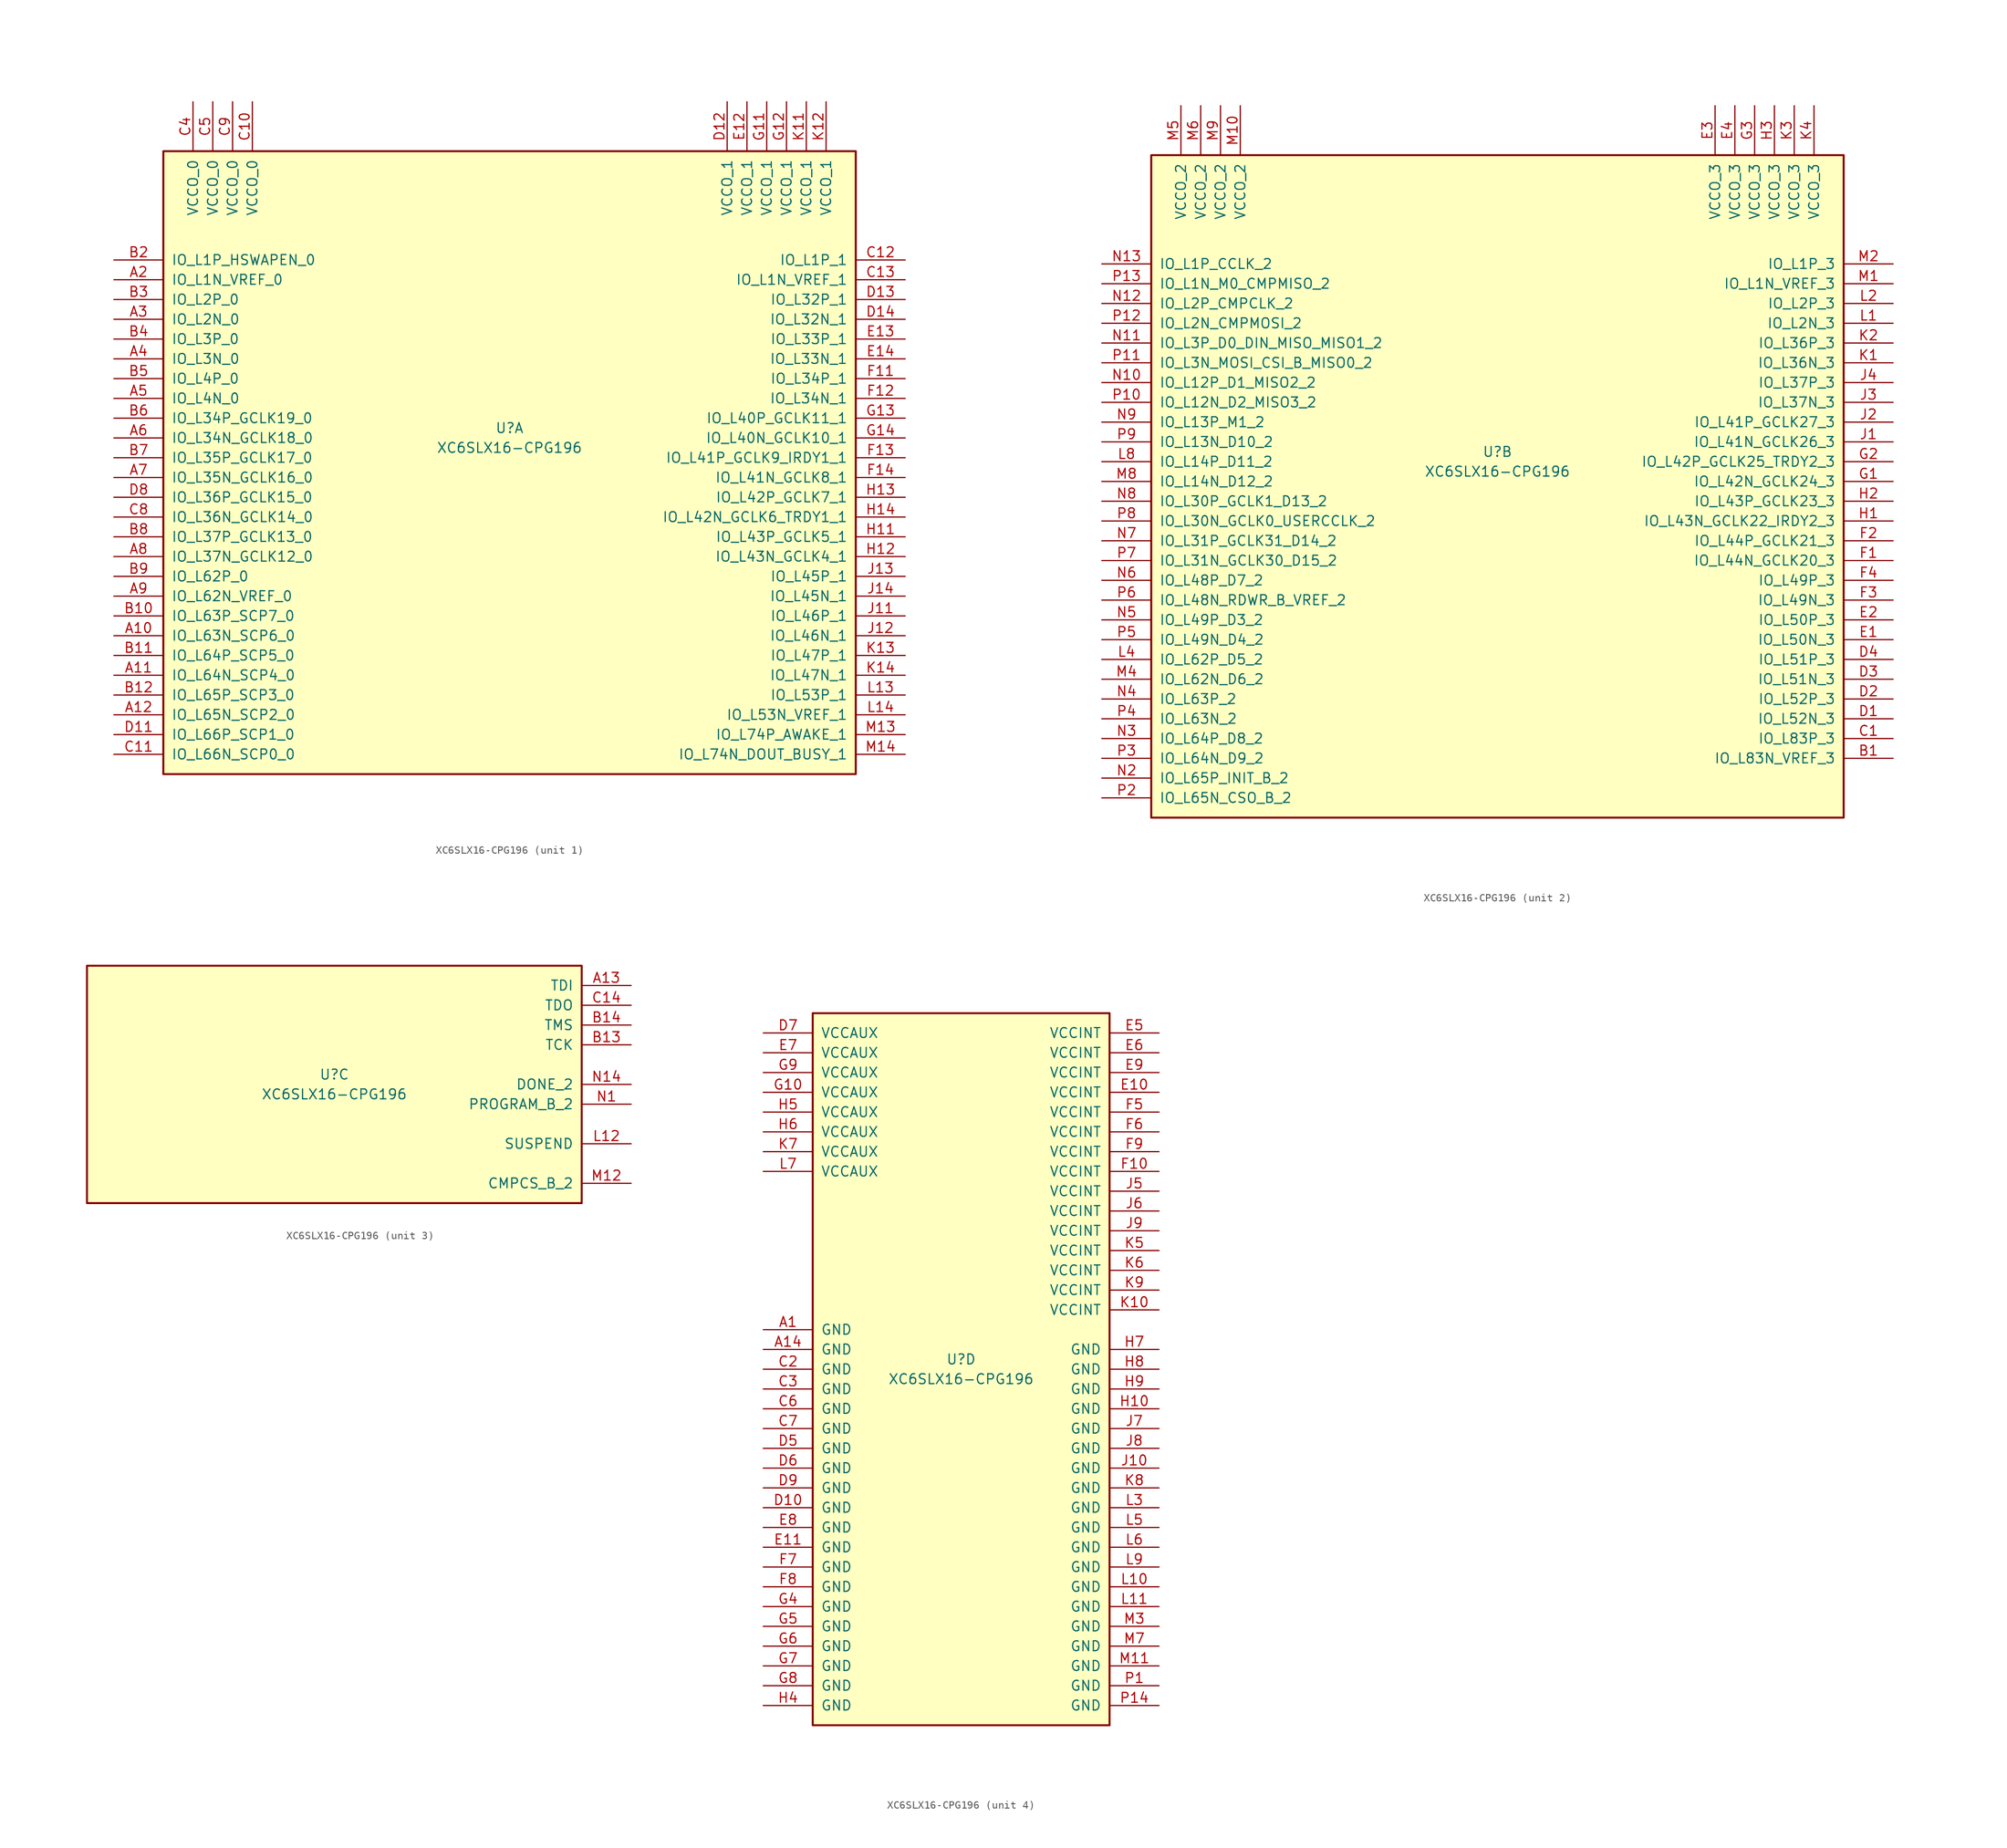
<source format=kicad_sym>
(kicad_symbol_lib
  (version 20201005)
  (generator kicad_symbol_editor)
  (symbol "XC6SLX16-CPG196"
    (pin_names
      (offset 1.016))
    (property "Reference" "U"
      (at 0 1.27 0)
      (effects (font (size 1.27 1.27))))
    (property "Value" "XC6SLX16-CPG196"
      (at 0 -1.27 0)
      (effects (font (size 1.27 1.27))))
    (property "Datasheet" ""
      (at 0 0 0)
      (effects (font (size 1.27 1.27))))
    (property "ki_locked" ""
      (at 0 0 0)
      (effects (font (size 1.27 1.27))))
    (symbol "XC6SLX16-CPG196_1_1"
      (rectangle (start -44.45 36.83) (end 44.45 -43.18) (stroke (width 0.254)) (fill (type background)))
      (pin bidirectional line (at -50.8 -25.4 0) (length 6.35) (name "IO_L63N_SCP6_0" (effects (font (size 1.27 1.27)))) (number "A10" (effects (font (size 1.27 1.27)))))
      (pin bidirectional line (at -50.8 -30.48 0) (length 6.35) (name "IO_L64N_SCP4_0" (effects (font (size 1.27 1.27)))) (number "A11" (effects (font (size 1.27 1.27)))))
      (pin bidirectional line (at -50.8 -35.56 0) (length 6.35) (name "IO_L65N_SCP2_0" (effects (font (size 1.27 1.27)))) (number "A12" (effects (font (size 1.27 1.27)))))
      (pin bidirectional line (at -50.8 20.32 0) (length 6.35) (name "IO_L1N_VREF_0" (effects (font (size 1.27 1.27)))) (number "A2" (effects (font (size 1.27 1.27)))))
      (pin bidirectional line (at -50.8 15.24 0) (length 6.35) (name "IO_L2N_0" (effects (font (size 1.27 1.27)))) (number "A3" (effects (font (size 1.27 1.27)))))
      (pin bidirectional line (at -50.8 10.16 0) (length 6.35) (name "IO_L3N_0" (effects (font (size 1.27 1.27)))) (number "A4" (effects (font (size 1.27 1.27)))))
      (pin bidirectional line (at -50.8 5.08 0) (length 6.35) (name "IO_L4N_0" (effects (font (size 1.27 1.27)))) (number "A5" (effects (font (size 1.27 1.27)))))
      (pin bidirectional line (at -50.8 0 0) (length 6.35) (name "IO_L34N_GCLK18_0" (effects (font (size 1.27 1.27)))) (number "A6" (effects (font (size 1.27 1.27)))))
      (pin bidirectional line (at -50.8 -5.08 0) (length 6.35) (name "IO_L35N_GCLK16_0" (effects (font (size 1.27 1.27)))) (number "A7" (effects (font (size 1.27 1.27)))))
      (pin bidirectional line (at -50.8 -15.24 0) (length 6.35) (name "IO_L37N_GCLK12_0" (effects (font (size 1.27 1.27)))) (number "A8" (effects (font (size 1.27 1.27)))))
      (pin bidirectional line (at -50.8 -20.32 0) (length 6.35) (name "IO_L62N_VREF_0" (effects (font (size 1.27 1.27)))) (number "A9" (effects (font (size 1.27 1.27)))))
      (pin bidirectional line (at -50.8 -22.86 0) (length 6.35) (name "IO_L63P_SCP7_0" (effects (font (size 1.27 1.27)))) (number "B10" (effects (font (size 1.27 1.27)))))
      (pin bidirectional line (at -50.8 -27.94 0) (length 6.35) (name "IO_L64P_SCP5_0" (effects (font (size 1.27 1.27)))) (number "B11" (effects (font (size 1.27 1.27)))))
      (pin bidirectional line (at -50.8 -33.02 0) (length 6.35) (name "IO_L65P_SCP3_0" (effects (font (size 1.27 1.27)))) (number "B12" (effects (font (size 1.27 1.27)))))
      (pin bidirectional line (at -50.8 22.86 0) (length 6.35) (name "IO_L1P_HSWAPEN_0" (effects (font (size 1.27 1.27)))) (number "B2" (effects (font (size 1.27 1.27)))))
      (pin bidirectional line (at -50.8 17.78 0) (length 6.35) (name "IO_L2P_0" (effects (font (size 1.27 1.27)))) (number "B3" (effects (font (size 1.27 1.27)))))
      (pin bidirectional line (at -50.8 12.7 0) (length 6.35) (name "IO_L3P_0" (effects (font (size 1.27 1.27)))) (number "B4" (effects (font (size 1.27 1.27)))))
      (pin bidirectional line (at -50.8 7.62 0) (length 6.35) (name "IO_L4P_0" (effects (font (size 1.27 1.27)))) (number "B5" (effects (font (size 1.27 1.27)))))
      (pin bidirectional line (at -50.8 2.54 0) (length 6.35) (name "IO_L34P_GCLK19_0" (effects (font (size 1.27 1.27)))) (number "B6" (effects (font (size 1.27 1.27)))))
      (pin bidirectional line (at -50.8 -2.54 0) (length 6.35) (name "IO_L35P_GCLK17_0" (effects (font (size 1.27 1.27)))) (number "B7" (effects (font (size 1.27 1.27)))))
      (pin bidirectional line (at -50.8 -12.7 0) (length 6.35) (name "IO_L37P_GCLK13_0" (effects (font (size 1.27 1.27)))) (number "B8" (effects (font (size 1.27 1.27)))))
      (pin bidirectional line (at -50.8 -17.78 0) (length 6.35) (name "IO_L62P_0" (effects (font (size 1.27 1.27)))) (number "B9" (effects (font (size 1.27 1.27)))))
      (pin power_in line (at -33.02 43.18 270) (length 6.35) (name "VCCO_0" (effects (font (size 1.27 1.27)))) (number "C10" (effects (font (size 1.27 1.27)))))
      (pin bidirectional line (at -50.8 -40.64 0) (length 6.35) (name "IO_L66N_SCP0_0" (effects (font (size 1.27 1.27)))) (number "C11" (effects (font (size 1.27 1.27)))))
      (pin bidirectional line (at 50.8 22.86 180) (length 6.35) (name "IO_L1P_1" (effects (font (size 1.27 1.27)))) (number "C12" (effects (font (size 1.27 1.27)))))
      (pin bidirectional line (at 50.8 20.32 180) (length 6.35) (name "IO_L1N_VREF_1" (effects (font (size 1.27 1.27)))) (number "C13" (effects (font (size 1.27 1.27)))))
      (pin power_in line (at -40.64 43.18 270) (length 6.35) (name "VCCO_0" (effects (font (size 1.27 1.27)))) (number "C4" (effects (font (size 1.27 1.27)))))
      (pin power_in line (at -38.1 43.18 270) (length 6.35) (name "VCCO_0" (effects (font (size 1.27 1.27)))) (number "C5" (effects (font (size 1.27 1.27)))))
      (pin bidirectional line (at -50.8 -10.16 0) (length 6.35) (name "IO_L36N_GCLK14_0" (effects (font (size 1.27 1.27)))) (number "C8" (effects (font (size 1.27 1.27)))))
      (pin power_in line (at -35.56 43.18 270) (length 6.35) (name "VCCO_0" (effects (font (size 1.27 1.27)))) (number "C9" (effects (font (size 1.27 1.27)))))
      (pin bidirectional line (at -50.8 -38.1 0) (length 6.35) (name "IO_L66P_SCP1_0" (effects (font (size 1.27 1.27)))) (number "D11" (effects (font (size 1.27 1.27)))))
      (pin power_in line (at 27.94 43.18 270) (length 6.35) (name "VCCO_1" (effects (font (size 1.27 1.27)))) (number "D12" (effects (font (size 1.27 1.27)))))
      (pin bidirectional line (at 50.8 17.78 180) (length 6.35) (name "IO_L32P_1" (effects (font (size 1.27 1.27)))) (number "D13" (effects (font (size 1.27 1.27)))))
      (pin bidirectional line (at 50.8 15.24 180) (length 6.35) (name "IO_L32N_1" (effects (font (size 1.27 1.27)))) (number "D14" (effects (font (size 1.27 1.27)))))
      (pin bidirectional line (at -50.8 -7.62 0) (length 6.35) (name "IO_L36P_GCLK15_0" (effects (font (size 1.27 1.27)))) (number "D8" (effects (font (size 1.27 1.27)))))
      (pin power_in line (at 30.48 43.18 270) (length 6.35) (name "VCCO_1" (effects (font (size 1.27 1.27)))) (number "E12" (effects (font (size 1.27 1.27)))))
      (pin bidirectional line (at 50.8 12.7 180) (length 6.35) (name "IO_L33P_1" (effects (font (size 1.27 1.27)))) (number "E13" (effects (font (size 1.27 1.27)))))
      (pin bidirectional line (at 50.8 10.16 180) (length 6.35) (name "IO_L33N_1" (effects (font (size 1.27 1.27)))) (number "E14" (effects (font (size 1.27 1.27)))))
      (pin bidirectional line (at 50.8 7.62 180) (length 6.35) (name "IO_L34P_1" (effects (font (size 1.27 1.27)))) (number "F11" (effects (font (size 1.27 1.27)))))
      (pin bidirectional line (at 50.8 5.08 180) (length 6.35) (name "IO_L34N_1" (effects (font (size 1.27 1.27)))) (number "F12" (effects (font (size 1.27 1.27)))))
      (pin bidirectional line (at 50.8 -2.54 180) (length 6.35) (name "IO_L41P_GCLK9_IRDY1_1" (effects (font (size 1.27 1.27)))) (number "F13" (effects (font (size 1.27 1.27)))))
      (pin bidirectional line (at 50.8 -5.08 180) (length 6.35) (name "IO_L41N_GCLK8_1" (effects (font (size 1.27 1.27)))) (number "F14" (effects (font (size 1.27 1.27)))))
      (pin power_in line (at 33.02 43.18 270) (length 6.35) (name "VCCO_1" (effects (font (size 1.27 1.27)))) (number "G11" (effects (font (size 1.27 1.27)))))
      (pin power_in line (at 35.56 43.18 270) (length 6.35) (name "VCCO_1" (effects (font (size 1.27 1.27)))) (number "G12" (effects (font (size 1.27 1.27)))))
      (pin bidirectional line (at 50.8 2.54 180) (length 6.35) (name "IO_L40P_GCLK11_1" (effects (font (size 1.27 1.27)))) (number "G13" (effects (font (size 1.27 1.27)))))
      (pin bidirectional line (at 50.8 0 180) (length 6.35) (name "IO_L40N_GCLK10_1" (effects (font (size 1.27 1.27)))) (number "G14" (effects (font (size 1.27 1.27)))))
      (pin bidirectional line (at 50.8 -12.7 180) (length 6.35) (name "IO_L43P_GCLK5_1" (effects (font (size 1.27 1.27)))) (number "H11" (effects (font (size 1.27 1.27)))))
      (pin bidirectional line (at 50.8 -15.24 180) (length 6.35) (name "IO_L43N_GCLK4_1" (effects (font (size 1.27 1.27)))) (number "H12" (effects (font (size 1.27 1.27)))))
      (pin bidirectional line (at 50.8 -7.62 180) (length 6.35) (name "IO_L42P_GCLK7_1" (effects (font (size 1.27 1.27)))) (number "H13" (effects (font (size 1.27 1.27)))))
      (pin bidirectional line (at 50.8 -10.16 180) (length 6.35) (name "IO_L42N_GCLK6_TRDY1_1" (effects (font (size 1.27 1.27)))) (number "H14" (effects (font (size 1.27 1.27)))))
      (pin bidirectional line (at 50.8 -22.86 180) (length 6.35) (name "IO_L46P_1" (effects (font (size 1.27 1.27)))) (number "J11" (effects (font (size 1.27 1.27)))))
      (pin bidirectional line (at 50.8 -25.4 180) (length 6.35) (name "IO_L46N_1" (effects (font (size 1.27 1.27)))) (number "J12" (effects (font (size 1.27 1.27)))))
      (pin bidirectional line (at 50.8 -17.78 180) (length 6.35) (name "IO_L45P_1" (effects (font (size 1.27 1.27)))) (number "J13" (effects (font (size 1.27 1.27)))))
      (pin bidirectional line (at 50.8 -20.32 180) (length 6.35) (name "IO_L45N_1" (effects (font (size 1.27 1.27)))) (number "J14" (effects (font (size 1.27 1.27)))))
      (pin power_in line (at 38.1 43.18 270) (length 6.35) (name "VCCO_1" (effects (font (size 1.27 1.27)))) (number "K11" (effects (font (size 1.27 1.27)))))
      (pin power_in line (at 40.64 43.18 270) (length 6.35) (name "VCCO_1" (effects (font (size 1.27 1.27)))) (number "K12" (effects (font (size 1.27 1.27)))))
      (pin bidirectional line (at 50.8 -27.94 180) (length 6.35) (name "IO_L47P_1" (effects (font (size 1.27 1.27)))) (number "K13" (effects (font (size 1.27 1.27)))))
      (pin bidirectional line (at 50.8 -30.48 180) (length 6.35) (name "IO_L47N_1" (effects (font (size 1.27 1.27)))) (number "K14" (effects (font (size 1.27 1.27)))))
      (pin bidirectional line (at 50.8 -33.02 180) (length 6.35) (name "IO_L53P_1" (effects (font (size 1.27 1.27)))) (number "L13" (effects (font (size 1.27 1.27)))))
      (pin bidirectional line (at 50.8 -35.56 180) (length 6.35) (name "IO_L53N_VREF_1" (effects (font (size 1.27 1.27)))) (number "L14" (effects (font (size 1.27 1.27)))))
      (pin bidirectional line (at 50.8 -38.1 180) (length 6.35) (name "IO_L74P_AWAKE_1" (effects (font (size 1.27 1.27)))) (number "M13" (effects (font (size 1.27 1.27)))))
      (pin bidirectional line (at 50.8 -40.64 180) (length 6.35) (name "IO_L74N_DOUT_BUSY_1" (effects (font (size 1.27 1.27)))) (number "M14" (effects (font (size 1.27 1.27))))))
    (symbol "XC6SLX16-CPG196_2_1"
      (rectangle (start -44.45 39.37) (end 44.45 -45.72) (stroke (width 0.254)) (fill (type background)))
      (pin bidirectional line (at 50.8 -38.1 180) (length 6.35) (name "IO_L83N_VREF_3" (effects (font (size 1.27 1.27)))) (number "B1" (effects (font (size 1.27 1.27)))))
      (pin bidirectional line (at 50.8 -35.56 180) (length 6.35) (name "IO_L83P_3" (effects (font (size 1.27 1.27)))) (number "C1" (effects (font (size 1.27 1.27)))))
      (pin bidirectional line (at 50.8 -33.02 180) (length 6.35) (name "IO_L52N_3" (effects (font (size 1.27 1.27)))) (number "D1" (effects (font (size 1.27 1.27)))))
      (pin bidirectional line (at 50.8 -30.48 180) (length 6.35) (name "IO_L52P_3" (effects (font (size 1.27 1.27)))) (number "D2" (effects (font (size 1.27 1.27)))))
      (pin bidirectional line (at 50.8 -27.94 180) (length 6.35) (name "IO_L51N_3" (effects (font (size 1.27 1.27)))) (number "D3" (effects (font (size 1.27 1.27)))))
      (pin bidirectional line (at 50.8 -25.4 180) (length 6.35) (name "IO_L51P_3" (effects (font (size 1.27 1.27)))) (number "D4" (effects (font (size 1.27 1.27)))))
      (pin bidirectional line (at 50.8 -22.86 180) (length 6.35) (name "IO_L50N_3" (effects (font (size 1.27 1.27)))) (number "E1" (effects (font (size 1.27 1.27)))))
      (pin bidirectional line (at 50.8 -20.32 180) (length 6.35) (name "IO_L50P_3" (effects (font (size 1.27 1.27)))) (number "E2" (effects (font (size 1.27 1.27)))))
      (pin power_in line (at 27.94 45.72 270) (length 6.35) (name "VCCO_3" (effects (font (size 1.27 1.27)))) (number "E3" (effects (font (size 1.27 1.27)))))
      (pin power_in line (at 30.48 45.72 270) (length 6.35) (name "VCCO_3" (effects (font (size 1.27 1.27)))) (number "E4" (effects (font (size 1.27 1.27)))))
      (pin bidirectional line (at 50.8 -12.7 180) (length 6.35) (name "IO_L44N_GCLK20_3" (effects (font (size 1.27 1.27)))) (number "F1" (effects (font (size 1.27 1.27)))))
      (pin bidirectional line (at 50.8 -10.16 180) (length 6.35) (name "IO_L44P_GCLK21_3" (effects (font (size 1.27 1.27)))) (number "F2" (effects (font (size 1.27 1.27)))))
      (pin bidirectional line (at 50.8 -17.78 180) (length 6.35) (name "IO_L49N_3" (effects (font (size 1.27 1.27)))) (number "F3" (effects (font (size 1.27 1.27)))))
      (pin bidirectional line (at 50.8 -15.24 180) (length 6.35) (name "IO_L49P_3" (effects (font (size 1.27 1.27)))) (number "F4" (effects (font (size 1.27 1.27)))))
      (pin bidirectional line (at 50.8 -2.54 180) (length 6.35) (name "IO_L42N_GCLK24_3" (effects (font (size 1.27 1.27)))) (number "G1" (effects (font (size 1.27 1.27)))))
      (pin bidirectional line (at 50.8 0 180) (length 6.35) (name "IO_L42P_GCLK25_TRDY2_3" (effects (font (size 1.27 1.27)))) (number "G2" (effects (font (size 1.27 1.27)))))
      (pin power_in line (at 33.02 45.72 270) (length 6.35) (name "VCCO_3" (effects (font (size 1.27 1.27)))) (number "G3" (effects (font (size 1.27 1.27)))))
      (pin bidirectional line (at 50.8 -7.62 180) (length 6.35) (name "IO_L43N_GCLK22_IRDY2_3" (effects (font (size 1.27 1.27)))) (number "H1" (effects (font (size 1.27 1.27)))))
      (pin bidirectional line (at 50.8 -5.08 180) (length 6.35) (name "IO_L43P_GCLK23_3" (effects (font (size 1.27 1.27)))) (number "H2" (effects (font (size 1.27 1.27)))))
      (pin power_in line (at 35.56 45.72 270) (length 6.35) (name "VCCO_3" (effects (font (size 1.27 1.27)))) (number "H3" (effects (font (size 1.27 1.27)))))
      (pin bidirectional line (at 50.8 2.54 180) (length 6.35) (name "IO_L41N_GCLK26_3" (effects (font (size 1.27 1.27)))) (number "J1" (effects (font (size 1.27 1.27)))))
      (pin bidirectional line (at 50.8 5.08 180) (length 6.35) (name "IO_L41P_GCLK27_3" (effects (font (size 1.27 1.27)))) (number "J2" (effects (font (size 1.27 1.27)))))
      (pin bidirectional line (at 50.8 7.62 180) (length 6.35) (name "IO_L37N_3" (effects (font (size 1.27 1.27)))) (number "J3" (effects (font (size 1.27 1.27)))))
      (pin bidirectional line (at 50.8 10.16 180) (length 6.35) (name "IO_L37P_3" (effects (font (size 1.27 1.27)))) (number "J4" (effects (font (size 1.27 1.27)))))
      (pin bidirectional line (at 50.8 12.7 180) (length 6.35) (name "IO_L36N_3" (effects (font (size 1.27 1.27)))) (number "K1" (effects (font (size 1.27 1.27)))))
      (pin bidirectional line (at 50.8 15.24 180) (length 6.35) (name "IO_L36P_3" (effects (font (size 1.27 1.27)))) (number "K2" (effects (font (size 1.27 1.27)))))
      (pin power_in line (at 38.1 45.72 270) (length 6.35) (name "VCCO_3" (effects (font (size 1.27 1.27)))) (number "K3" (effects (font (size 1.27 1.27)))))
      (pin power_in line (at 40.64 45.72 270) (length 6.35) (name "VCCO_3" (effects (font (size 1.27 1.27)))) (number "K4" (effects (font (size 1.27 1.27)))))
      (pin bidirectional line (at 50.8 17.78 180) (length 6.35) (name "IO_L2N_3" (effects (font (size 1.27 1.27)))) (number "L1" (effects (font (size 1.27 1.27)))))
      (pin bidirectional line (at 50.8 20.32 180) (length 6.35) (name "IO_L2P_3" (effects (font (size 1.27 1.27)))) (number "L2" (effects (font (size 1.27 1.27)))))
      (pin bidirectional line (at -50.8 -25.4 0) (length 6.35) (name "IO_L62P_D5_2" (effects (font (size 1.27 1.27)))) (number "L4" (effects (font (size 1.27 1.27)))))
      (pin bidirectional line (at -50.8 0 0) (length 6.35) (name "IO_L14P_D11_2" (effects (font (size 1.27 1.27)))) (number "L8" (effects (font (size 1.27 1.27)))))
      (pin bidirectional line (at 50.8 22.86 180) (length 6.35) (name "IO_L1N_VREF_3" (effects (font (size 1.27 1.27)))) (number "M1" (effects (font (size 1.27 1.27)))))
      (pin power_in line (at -33.02 45.72 270) (length 6.35) (name "VCCO_2" (effects (font (size 1.27 1.27)))) (number "M10" (effects (font (size 1.27 1.27)))))
      (pin bidirectional line (at 50.8 25.4 180) (length 6.35) (name "IO_L1P_3" (effects (font (size 1.27 1.27)))) (number "M2" (effects (font (size 1.27 1.27)))))
      (pin bidirectional line (at -50.8 -27.94 0) (length 6.35) (name "IO_L62N_D6_2" (effects (font (size 1.27 1.27)))) (number "M4" (effects (font (size 1.27 1.27)))))
      (pin power_in line (at -40.64 45.72 270) (length 6.35) (name "VCCO_2" (effects (font (size 1.27 1.27)))) (number "M5" (effects (font (size 1.27 1.27)))))
      (pin power_in line (at -38.1 45.72 270) (length 6.35) (name "VCCO_2" (effects (font (size 1.27 1.27)))) (number "M6" (effects (font (size 1.27 1.27)))))
      (pin bidirectional line (at -50.8 -2.54 0) (length 6.35) (name "IO_L14N_D12_2" (effects (font (size 1.27 1.27)))) (number "M8" (effects (font (size 1.27 1.27)))))
      (pin power_in line (at -35.56 45.72 270) (length 6.35) (name "VCCO_2" (effects (font (size 1.27 1.27)))) (number "M9" (effects (font (size 1.27 1.27)))))
      (pin bidirectional line (at -50.8 10.16 0) (length 6.35) (name "IO_L12P_D1_MISO2_2" (effects (font (size 1.27 1.27)))) (number "N10" (effects (font (size 1.27 1.27)))))
      (pin bidirectional line (at -50.8 15.24 0) (length 6.35) (name "IO_L3P_D0_DIN_MISO_MISO1_2" (effects (font (size 1.27 1.27)))) (number "N11" (effects (font (size 1.27 1.27)))))
      (pin bidirectional line (at -50.8 20.32 0) (length 6.35) (name "IO_L2P_CMPCLK_2" (effects (font (size 1.27 1.27)))) (number "N12" (effects (font (size 1.27 1.27)))))
      (pin bidirectional line (at -50.8 25.4 0) (length 6.35) (name "IO_L1P_CCLK_2" (effects (font (size 1.27 1.27)))) (number "N13" (effects (font (size 1.27 1.27)))))
      (pin bidirectional line (at -50.8 -40.64 0) (length 6.35) (name "IO_L65P_INIT_B_2" (effects (font (size 1.27 1.27)))) (number "N2" (effects (font (size 1.27 1.27)))))
      (pin bidirectional line (at -50.8 -35.56 0) (length 6.35) (name "IO_L64P_D8_2" (effects (font (size 1.27 1.27)))) (number "N3" (effects (font (size 1.27 1.27)))))
      (pin bidirectional line (at -50.8 -30.48 0) (length 6.35) (name "IO_L63P_2" (effects (font (size 1.27 1.27)))) (number "N4" (effects (font (size 1.27 1.27)))))
      (pin bidirectional line (at -50.8 -20.32 0) (length 6.35) (name "IO_L49P_D3_2" (effects (font (size 1.27 1.27)))) (number "N5" (effects (font (size 1.27 1.27)))))
      (pin bidirectional line (at -50.8 -15.24 0) (length 6.35) (name "IO_L48P_D7_2" (effects (font (size 1.27 1.27)))) (number "N6" (effects (font (size 1.27 1.27)))))
      (pin bidirectional line (at -50.8 -10.16 0) (length 6.35) (name "IO_L31P_GCLK31_D14_2" (effects (font (size 1.27 1.27)))) (number "N7" (effects (font (size 1.27 1.27)))))
      (pin bidirectional line (at -50.8 -5.08 0) (length 6.35) (name "IO_L30P_GCLK1_D13_2" (effects (font (size 1.27 1.27)))) (number "N8" (effects (font (size 1.27 1.27)))))
      (pin bidirectional line (at -50.8 5.08 0) (length 6.35) (name "IO_L13P_M1_2" (effects (font (size 1.27 1.27)))) (number "N9" (effects (font (size 1.27 1.27)))))
      (pin bidirectional line (at -50.8 7.62 0) (length 6.35) (name "IO_L12N_D2_MISO3_2" (effects (font (size 1.27 1.27)))) (number "P10" (effects (font (size 1.27 1.27)))))
      (pin bidirectional line (at -50.8 12.7 0) (length 6.35) (name "IO_L3N_MOSI_CSI_B_MISO0_2" (effects (font (size 1.27 1.27)))) (number "P11" (effects (font (size 1.27 1.27)))))
      (pin bidirectional line (at -50.8 17.78 0) (length 6.35) (name "IO_L2N_CMPMOSI_2" (effects (font (size 1.27 1.27)))) (number "P12" (effects (font (size 1.27 1.27)))))
      (pin bidirectional line (at -50.8 22.86 0) (length 6.35) (name "IO_L1N_M0_CMPMISO_2" (effects (font (size 1.27 1.27)))) (number "P13" (effects (font (size 1.27 1.27)))))
      (pin bidirectional line (at -50.8 -43.18 0) (length 6.35) (name "IO_L65N_CSO_B_2" (effects (font (size 1.27 1.27)))) (number "P2" (effects (font (size 1.27 1.27)))))
      (pin bidirectional line (at -50.8 -38.1 0) (length 6.35) (name "IO_L64N_D9_2" (effects (font (size 1.27 1.27)))) (number "P3" (effects (font (size 1.27 1.27)))))
      (pin bidirectional line (at -50.8 -33.02 0) (length 6.35) (name "IO_L63N_2" (effects (font (size 1.27 1.27)))) (number "P4" (effects (font (size 1.27 1.27)))))
      (pin bidirectional line (at -50.8 -22.86 0) (length 6.35) (name "IO_L49N_D4_2" (effects (font (size 1.27 1.27)))) (number "P5" (effects (font (size 1.27 1.27)))))
      (pin bidirectional line (at -50.8 -17.78 0) (length 6.35) (name "IO_L48N_RDWR_B_VREF_2" (effects (font (size 1.27 1.27)))) (number "P6" (effects (font (size 1.27 1.27)))))
      (pin bidirectional line (at -50.8 -12.7 0) (length 6.35) (name "IO_L31N_GCLK30_D15_2" (effects (font (size 1.27 1.27)))) (number "P7" (effects (font (size 1.27 1.27)))))
      (pin bidirectional line (at -50.8 -7.62 0) (length 6.35) (name "IO_L30N_GCLK0_USERCCLK_2" (effects (font (size 1.27 1.27)))) (number "P8" (effects (font (size 1.27 1.27)))))
      (pin bidirectional line (at -50.8 2.54 0) (length 6.35) (name "IO_L13N_D10_2" (effects (font (size 1.27 1.27)))) (number "P9" (effects (font (size 1.27 1.27))))))
    (symbol "XC6SLX16-CPG196_3_1"
      (rectangle (start -31.75 15.24) (end 31.75 -15.24) (stroke (width 0.254)) (fill (type background)))
      (pin bidirectional line (at 38.1 12.7 180) (length 6.35) (name "TDI" (effects (font (size 1.27 1.27)))) (number "A13" (effects (font (size 1.27 1.27)))))
      (pin bidirectional line (at 38.1 5.08 180) (length 6.35) (name "TCK" (effects (font (size 1.27 1.27)))) (number "B13" (effects (font (size 1.27 1.27)))))
      (pin bidirectional line (at 38.1 7.62 180) (length 6.35) (name "TMS" (effects (font (size 1.27 1.27)))) (number "B14" (effects (font (size 1.27 1.27)))))
      (pin bidirectional line (at 38.1 10.16 180) (length 6.35) (name "TDO" (effects (font (size 1.27 1.27)))) (number "C14" (effects (font (size 1.27 1.27)))))
      (pin bidirectional line (at 38.1 -7.62 180) (length 6.35) (name "SUSPEND" (effects (font (size 1.27 1.27)))) (number "L12" (effects (font (size 1.27 1.27)))))
      (pin bidirectional line (at 38.1 -12.7 180) (length 6.35) (name "CMPCS_B_2" (effects (font (size 1.27 1.27)))) (number "M12" (effects (font (size 1.27 1.27)))))
      (pin bidirectional line (at 38.1 -2.54 180) (length 6.35) (name "PROGRAM_B_2" (effects (font (size 1.27 1.27)))) (number "N1" (effects (font (size 1.27 1.27)))))
      (pin bidirectional line (at 38.1 0 180) (length 6.35) (name "DONE_2" (effects (font (size 1.27 1.27)))) (number "N14" (effects (font (size 1.27 1.27))))))
    (symbol "XC6SLX16-CPG196_4_1"
      (rectangle (start -19.05 45.72) (end 19.05 -45.72) (stroke (width 0.254)) (fill (type background)))
      (pin power_in line (at -25.4 5.08 0) (length 6.35) (name "GND" (effects (font (size 1.27 1.27)))) (number "A1" (effects (font (size 1.27 1.27)))))
      (pin power_in line (at -25.4 2.54 0) (length 6.35) (name "GND" (effects (font (size 1.27 1.27)))) (number "A14" (effects (font (size 1.27 1.27)))))
      (pin power_in line (at -25.4 0 0) (length 6.35) (name "GND" (effects (font (size 1.27 1.27)))) (number "C2" (effects (font (size 1.27 1.27)))))
      (pin power_in line (at -25.4 -2.54 0) (length 6.35) (name "GND" (effects (font (size 1.27 1.27)))) (number "C3" (effects (font (size 1.27 1.27)))))
      (pin power_in line (at -25.4 -5.08 0) (length 6.35) (name "GND" (effects (font (size 1.27 1.27)))) (number "C6" (effects (font (size 1.27 1.27)))))
      (pin power_in line (at -25.4 -7.62 0) (length 6.35) (name "GND" (effects (font (size 1.27 1.27)))) (number "C7" (effects (font (size 1.27 1.27)))))
      (pin power_in line (at -25.4 -17.78 0) (length 6.35) (name "GND" (effects (font (size 1.27 1.27)))) (number "D10" (effects (font (size 1.27 1.27)))))
      (pin power_in line (at -25.4 -10.16 0) (length 6.35) (name "GND" (effects (font (size 1.27 1.27)))) (number "D5" (effects (font (size 1.27 1.27)))))
      (pin power_in line (at -25.4 -12.7 0) (length 6.35) (name "GND" (effects (font (size 1.27 1.27)))) (number "D6" (effects (font (size 1.27 1.27)))))
      (pin power_in line (at -25.4 43.18 0) (length 6.35) (name "VCCAUX" (effects (font (size 1.27 1.27)))) (number "D7" (effects (font (size 1.27 1.27)))))
      (pin power_in line (at -25.4 -15.24 0) (length 6.35) (name "GND" (effects (font (size 1.27 1.27)))) (number "D9" (effects (font (size 1.27 1.27)))))
      (pin power_in line (at 25.4 35.56 180) (length 6.35) (name "VCCINT" (effects (font (size 1.27 1.27)))) (number "E10" (effects (font (size 1.27 1.27)))))
      (pin power_in line (at -25.4 -22.86 0) (length 6.35) (name "GND" (effects (font (size 1.27 1.27)))) (number "E11" (effects (font (size 1.27 1.27)))))
      (pin power_in line (at 25.4 43.18 180) (length 6.35) (name "VCCINT" (effects (font (size 1.27 1.27)))) (number "E5" (effects (font (size 1.27 1.27)))))
      (pin power_in line (at 25.4 40.64 180) (length 6.35) (name "VCCINT" (effects (font (size 1.27 1.27)))) (number "E6" (effects (font (size 1.27 1.27)))))
      (pin power_in line (at -25.4 40.64 0) (length 6.35) (name "VCCAUX" (effects (font (size 1.27 1.27)))) (number "E7" (effects (font (size 1.27 1.27)))))
      (pin power_in line (at -25.4 -20.32 0) (length 6.35) (name "GND" (effects (font (size 1.27 1.27)))) (number "E8" (effects (font (size 1.27 1.27)))))
      (pin power_in line (at 25.4 38.1 180) (length 6.35) (name "VCCINT" (effects (font (size 1.27 1.27)))) (number "E9" (effects (font (size 1.27 1.27)))))
      (pin power_in line (at 25.4 25.4 180) (length 6.35) (name "VCCINT" (effects (font (size 1.27 1.27)))) (number "F10" (effects (font (size 1.27 1.27)))))
      (pin power_in line (at 25.4 33.02 180) (length 6.35) (name "VCCINT" (effects (font (size 1.27 1.27)))) (number "F5" (effects (font (size 1.27 1.27)))))
      (pin power_in line (at 25.4 30.48 180) (length 6.35) (name "VCCINT" (effects (font (size 1.27 1.27)))) (number "F6" (effects (font (size 1.27 1.27)))))
      (pin power_in line (at -25.4 -25.4 0) (length 6.35) (name "GND" (effects (font (size 1.27 1.27)))) (number "F7" (effects (font (size 1.27 1.27)))))
      (pin power_in line (at -25.4 -27.94 0) (length 6.35) (name "GND" (effects (font (size 1.27 1.27)))) (number "F8" (effects (font (size 1.27 1.27)))))
      (pin power_in line (at 25.4 27.94 180) (length 6.35) (name "VCCINT" (effects (font (size 1.27 1.27)))) (number "F9" (effects (font (size 1.27 1.27)))))
      (pin power_in line (at -25.4 35.56 0) (length 6.35) (name "VCCAUX" (effects (font (size 1.27 1.27)))) (number "G10" (effects (font (size 1.27 1.27)))))
      (pin power_in line (at -25.4 -30.48 0) (length 6.35) (name "GND" (effects (font (size 1.27 1.27)))) (number "G4" (effects (font (size 1.27 1.27)))))
      (pin power_in line (at -25.4 -33.02 0) (length 6.35) (name "GND" (effects (font (size 1.27 1.27)))) (number "G5" (effects (font (size 1.27 1.27)))))
      (pin power_in line (at -25.4 -35.56 0) (length 6.35) (name "GND" (effects (font (size 1.27 1.27)))) (number "G6" (effects (font (size 1.27 1.27)))))
      (pin power_in line (at -25.4 -38.1 0) (length 6.35) (name "GND" (effects (font (size 1.27 1.27)))) (number "G7" (effects (font (size 1.27 1.27)))))
      (pin power_in line (at -25.4 -40.64 0) (length 6.35) (name "GND" (effects (font (size 1.27 1.27)))) (number "G8" (effects (font (size 1.27 1.27)))))
      (pin power_in line (at -25.4 38.1 0) (length 6.35) (name "VCCAUX" (effects (font (size 1.27 1.27)))) (number "G9" (effects (font (size 1.27 1.27)))))
      (pin power_in line (at 25.4 -5.08 180) (length 6.35) (name "GND" (effects (font (size 1.27 1.27)))) (number "H10" (effects (font (size 1.27 1.27)))))
      (pin power_in line (at -25.4 -43.18 0) (length 6.35) (name "GND" (effects (font (size 1.27 1.27)))) (number "H4" (effects (font (size 1.27 1.27)))))
      (pin power_in line (at -25.4 33.02 0) (length 6.35) (name "VCCAUX" (effects (font (size 1.27 1.27)))) (number "H5" (effects (font (size 1.27 1.27)))))
      (pin power_in line (at -25.4 30.48 0) (length 6.35) (name "VCCAUX" (effects (font (size 1.27 1.27)))) (number "H6" (effects (font (size 1.27 1.27)))))
      (pin power_in line (at 25.4 2.54 180) (length 6.35) (name "GND" (effects (font (size 1.27 1.27)))) (number "H7" (effects (font (size 1.27 1.27)))))
      (pin power_in line (at 25.4 0 180) (length 6.35) (name "GND" (effects (font (size 1.27 1.27)))) (number "H8" (effects (font (size 1.27 1.27)))))
      (pin power_in line (at 25.4 -2.54 180) (length 6.35) (name "GND" (effects (font (size 1.27 1.27)))) (number "H9" (effects (font (size 1.27 1.27)))))
      (pin power_in line (at 25.4 -12.7 180) (length 6.35) (name "GND" (effects (font (size 1.27 1.27)))) (number "J10" (effects (font (size 1.27 1.27)))))
      (pin power_in line (at 25.4 22.86 180) (length 6.35) (name "VCCINT" (effects (font (size 1.27 1.27)))) (number "J5" (effects (font (size 1.27 1.27)))))
      (pin power_in line (at 25.4 20.32 180) (length 6.35) (name "VCCINT" (effects (font (size 1.27 1.27)))) (number "J6" (effects (font (size 1.27 1.27)))))
      (pin power_in line (at 25.4 -7.62 180) (length 6.35) (name "GND" (effects (font (size 1.27 1.27)))) (number "J7" (effects (font (size 1.27 1.27)))))
      (pin power_in line (at 25.4 -10.16 180) (length 6.35) (name "GND" (effects (font (size 1.27 1.27)))) (number "J8" (effects (font (size 1.27 1.27)))))
      (pin power_in line (at 25.4 17.78 180) (length 6.35) (name "VCCINT" (effects (font (size 1.27 1.27)))) (number "J9" (effects (font (size 1.27 1.27)))))
      (pin power_in line (at 25.4 7.62 180) (length 6.35) (name "VCCINT" (effects (font (size 1.27 1.27)))) (number "K10" (effects (font (size 1.27 1.27)))))
      (pin power_in line (at 25.4 15.24 180) (length 6.35) (name "VCCINT" (effects (font (size 1.27 1.27)))) (number "K5" (effects (font (size 1.27 1.27)))))
      (pin power_in line (at 25.4 12.7 180) (length 6.35) (name "VCCINT" (effects (font (size 1.27 1.27)))) (number "K6" (effects (font (size 1.27 1.27)))))
      (pin power_in line (at -25.4 27.94 0) (length 6.35) (name "VCCAUX" (effects (font (size 1.27 1.27)))) (number "K7" (effects (font (size 1.27 1.27)))))
      (pin power_in line (at 25.4 -15.24 180) (length 6.35) (name "GND" (effects (font (size 1.27 1.27)))) (number "K8" (effects (font (size 1.27 1.27)))))
      (pin power_in line (at 25.4 10.16 180) (length 6.35) (name "VCCINT" (effects (font (size 1.27 1.27)))) (number "K9" (effects (font (size 1.27 1.27)))))
      (pin power_in line (at 25.4 -27.94 180) (length 6.35) (name "GND" (effects (font (size 1.27 1.27)))) (number "L10" (effects (font (size 1.27 1.27)))))
      (pin power_in line (at 25.4 -30.48 180) (length 6.35) (name "GND" (effects (font (size 1.27 1.27)))) (number "L11" (effects (font (size 1.27 1.27)))))
      (pin power_in line (at 25.4 -17.78 180) (length 6.35) (name "GND" (effects (font (size 1.27 1.27)))) (number "L3" (effects (font (size 1.27 1.27)))))
      (pin power_in line (at 25.4 -20.32 180) (length 6.35) (name "GND" (effects (font (size 1.27 1.27)))) (number "L5" (effects (font (size 1.27 1.27)))))
      (pin power_in line (at 25.4 -22.86 180) (length 6.35) (name "GND" (effects (font (size 1.27 1.27)))) (number "L6" (effects (font (size 1.27 1.27)))))
      (pin power_in line (at -25.4 25.4 0) (length 6.35) (name "VCCAUX" (effects (font (size 1.27 1.27)))) (number "L7" (effects (font (size 1.27 1.27)))))
      (pin power_in line (at 25.4 -25.4 180) (length 6.35) (name "GND" (effects (font (size 1.27 1.27)))) (number "L9" (effects (font (size 1.27 1.27)))))
      (pin power_in line (at 25.4 -38.1 180) (length 6.35) (name "GND" (effects (font (size 1.27 1.27)))) (number "M11" (effects (font (size 1.27 1.27)))))
      (pin power_in line (at 25.4 -33.02 180) (length 6.35) (name "GND" (effects (font (size 1.27 1.27)))) (number "M3" (effects (font (size 1.27 1.27)))))
      (pin power_in line (at 25.4 -35.56 180) (length 6.35) (name "GND" (effects (font (size 1.27 1.27)))) (number "M7" (effects (font (size 1.27 1.27)))))
      (pin power_in line (at 25.4 -40.64 180) (length 6.35) (name "GND" (effects (font (size 1.27 1.27)))) (number "P1" (effects (font (size 1.27 1.27)))))
      (pin power_in line (at 25.4 -43.18 180) (length 6.35) (name "GND" (effects (font (size 1.27 1.27)))) (number "P14" (effects (font (size 1.27 1.27))))))))
</source>
